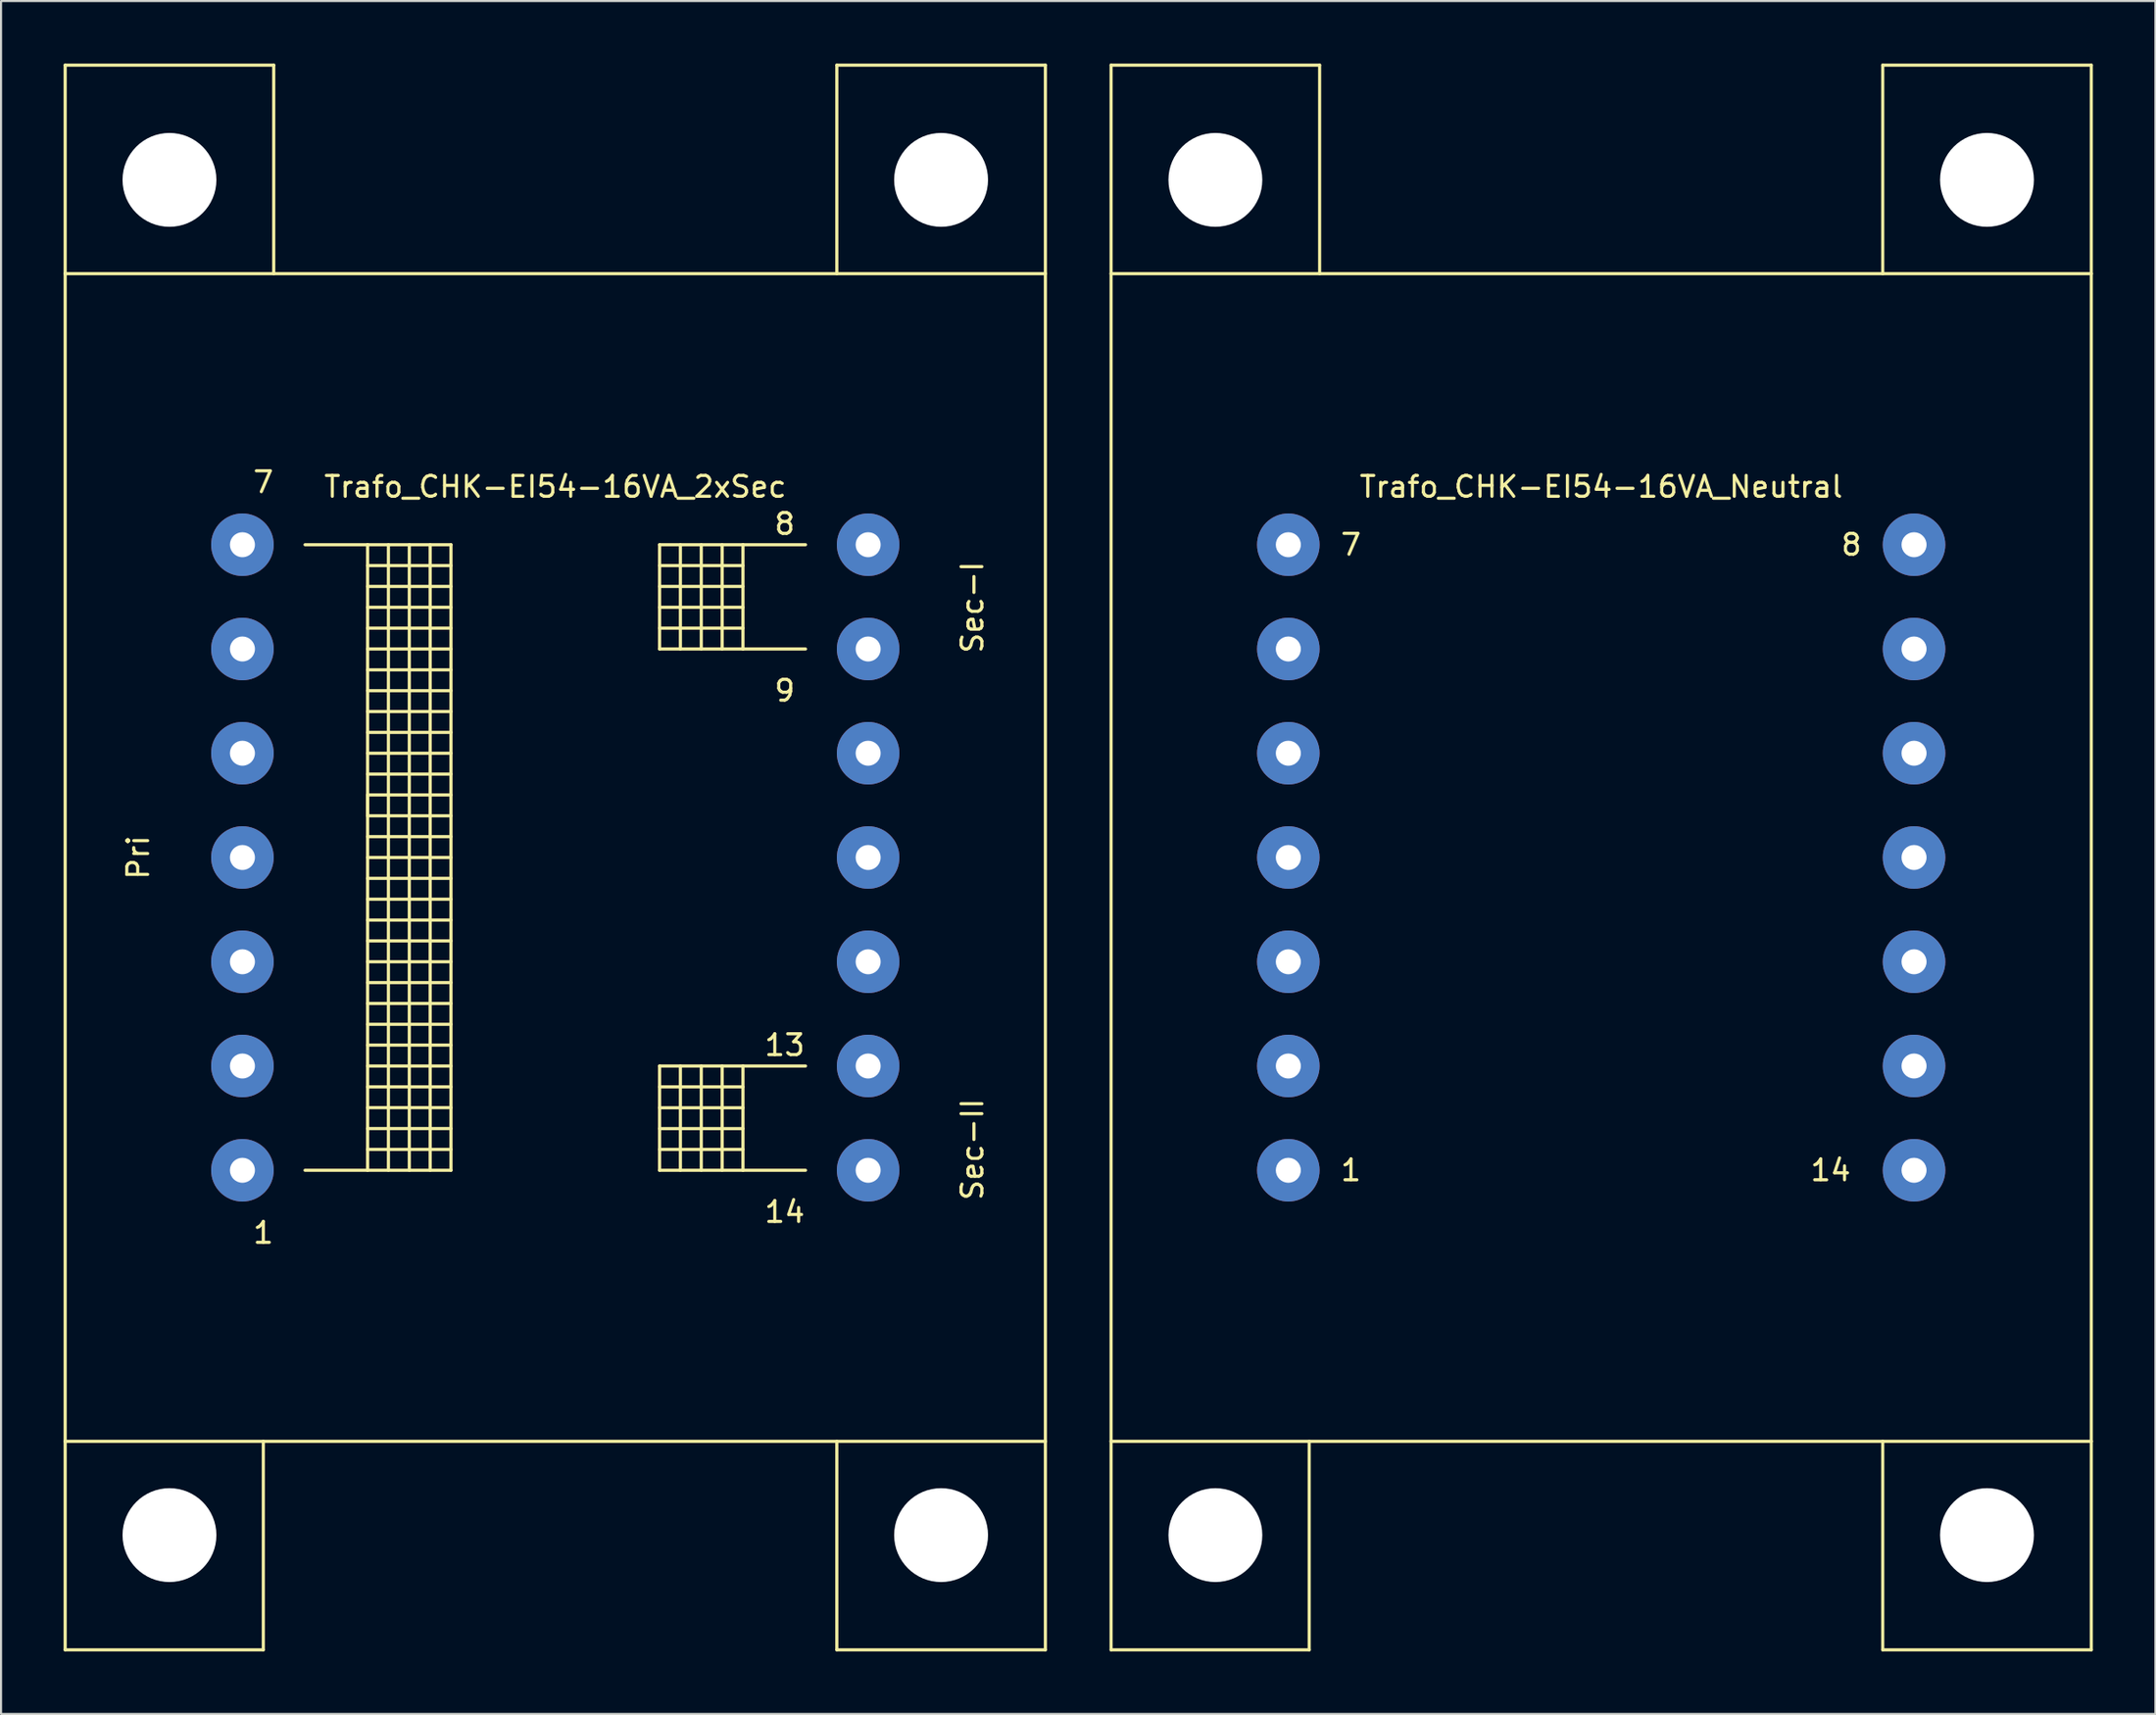
<source format=kicad_pcb>
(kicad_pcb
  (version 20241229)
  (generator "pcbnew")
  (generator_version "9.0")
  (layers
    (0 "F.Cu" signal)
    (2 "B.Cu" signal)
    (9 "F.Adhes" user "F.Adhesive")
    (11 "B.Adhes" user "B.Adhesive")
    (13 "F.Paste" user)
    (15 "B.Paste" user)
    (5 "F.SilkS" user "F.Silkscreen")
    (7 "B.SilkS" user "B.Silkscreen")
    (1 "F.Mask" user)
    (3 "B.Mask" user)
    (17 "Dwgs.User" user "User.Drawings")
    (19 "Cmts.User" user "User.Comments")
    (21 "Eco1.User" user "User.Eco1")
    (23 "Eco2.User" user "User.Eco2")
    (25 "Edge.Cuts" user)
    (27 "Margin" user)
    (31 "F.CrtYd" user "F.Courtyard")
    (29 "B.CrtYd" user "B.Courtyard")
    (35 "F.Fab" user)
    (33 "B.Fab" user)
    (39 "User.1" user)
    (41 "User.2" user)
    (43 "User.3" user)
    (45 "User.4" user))
  (footprint "Trafo_CHK-EI54-16VA_2xSec"
    (layer "F.Cu")
    (at 23.575 38.076)
    (property "Reference" "Trafo_CHK-EI54-16VA_2xSec" (at 0 -17.78 0) (layer "F.SilkS") (effects (font (size 1 1) (thickness 0.15))))
    (attr through_hole)
    (fp_line (start -23.5 -38.001) (end -13.5 -38.001) (stroke (width 0.15) (type solid)) (layer "F.SilkS"))
    (fp_line (start -23.5 -28.001) (end -23.5 -38.001) (stroke (width 0.15) (type solid)) (layer "F.SilkS"))
    (fp_line (start -23.5 -28.001) (end -23.5 28.001) (stroke (width 0.15) (type solid)) (layer "F.SilkS"))
    (fp_line (start -23.5 28.001) (end -23.5 38.001) (stroke (width 0.15) (type solid)) (layer "F.SilkS"))
    (fp_line (start -23.5 28.001) (end 23.5 28.001) (stroke (width 0.15) (type solid)) (layer "F.SilkS"))
    (fp_line (start -23.5 38.001) (end -14 38.001) (stroke (width 0.15) (type solid)) (layer "F.SilkS"))
    (fp_line (start -14 38.001) (end -14 28.001) (stroke (width 0.15) (type solid)) (layer "F.SilkS"))
    (fp_line (start -13.5 -38.001) (end -13.5 -28.001) (stroke (width 0.15) (type solid)) (layer "F.SilkS"))
    (fp_line (start -11.999 -15.001) (end -8.999 -15.001) (stroke (width 0.15) (type solid)) (layer "F.SilkS"))
    (fp_line (start -8.999 -15.001) (end -8.999 15.001) (stroke (width 0.15) (type solid)) (layer "F.SilkS"))
    (fp_line (start -8.999 -15.001) (end -5.001 -15.001) (stroke (width 0.15) (type solid)) (layer "F.SilkS"))
    (fp_line (start -8.999 -14) (end -5.001 -14) (stroke (width 0.15) (type solid)) (layer "F.SilkS"))
    (fp_line (start -8.999 -11.999) (end -5.001 -11.999) (stroke (width 0.15) (type solid)) (layer "F.SilkS"))
    (fp_line (start -8.999 -10) (end -5.001 -10) (stroke (width 0.15) (type solid)) (layer "F.SilkS"))
    (fp_line (start -8.999 -8.001) (end -5.001 -8.001) (stroke (width 0.15) (type solid)) (layer "F.SilkS"))
    (fp_line (start -8.999 -5.999) (end -5.001 -5.999) (stroke (width 0.15) (type solid)) (layer "F.SilkS"))
    (fp_line (start -8.999 -4) (end -5.001 -4) (stroke (width 0.15) (type solid)) (layer "F.SilkS"))
    (fp_line (start -8.999 -3) (end -8.999 -1.999) (stroke (width 0.15) (type solid)) (layer "F.SilkS"))
    (fp_line (start -8.999 -1.999) (end -5.001 -1.999) (stroke (width 0.15) (type solid)) (layer "F.SilkS"))
    (fp_line (start -8.999 0) (end -5.001 0) (stroke (width 0.15) (type solid)) (layer "F.SilkS"))
    (fp_line (start -8.999 1.999) (end -5.001 1.999) (stroke (width 0.15) (type solid)) (layer "F.SilkS"))
    (fp_line (start -8.999 4) (end -5.001 4) (stroke (width 0.15) (type solid)) (layer "F.SilkS"))
    (fp_line (start -8.999 5.999) (end -5.001 5.999) (stroke (width 0.15) (type solid)) (layer "F.SilkS"))
    (fp_line (start -8.999 8.001) (end -5.001 8.001) (stroke (width 0.15) (type solid)) (layer "F.SilkS"))
    (fp_line (start -8.999 10) (end -5.001 10) (stroke (width 0.15) (type solid)) (layer "F.SilkS"))
    (fp_line (start -8.999 11.999) (end -5.001 11.999) (stroke (width 0.15) (type solid)) (layer "F.SilkS"))
    (fp_line (start -8.999 14) (end -5.001 14) (stroke (width 0.15) (type solid)) (layer "F.SilkS"))
    (fp_line (start -8.999 15.001) (end -11.999 15.001) (stroke (width 0.15) (type solid)) (layer "F.SilkS"))
    (fp_line (start -8.001 15.001) (end -8.001 -15.001) (stroke (width 0.15) (type solid)) (layer "F.SilkS"))
    (fp_line (start -7 -15.001) (end -7 15.001) (stroke (width 0.15) (type solid)) (layer "F.SilkS"))
    (fp_line (start -5.999 15.001) (end -5.999 -15.001) (stroke (width 0.15) (type solid)) (layer "F.SilkS"))
    (fp_line (start -5.001 -15.001) (end -5.001 15.001) (stroke (width 0.15) (type solid)) (layer "F.SilkS"))
    (fp_line (start -5.001 -13) (end -8.999 -13) (stroke (width 0.15) (type solid)) (layer "F.SilkS"))
    (fp_line (start -5.001 -11.001) (end -8.999 -11.001) (stroke (width 0.15) (type solid)) (layer "F.SilkS"))
    (fp_line (start -5.001 -8.999) (end -8.999 -8.999) (stroke (width 0.15) (type solid)) (layer "F.SilkS"))
    (fp_line (start -5.001 -7) (end -8.999 -7) (stroke (width 0.15) (type solid)) (layer "F.SilkS"))
    (fp_line (start -5.001 -5.001) (end -8.999 -5.001) (stroke (width 0.15) (type solid)) (layer "F.SilkS"))
    (fp_line (start -5.001 -3) (end -8.999 -3) (stroke (width 0.15) (type solid)) (layer "F.SilkS"))
    (fp_line (start -5.001 -1.001) (end -8.999 -1.001) (stroke (width 0.15) (type solid)) (layer "F.SilkS"))
    (fp_line (start -5.001 1.001) (end -8.999 1.001) (stroke (width 0.15) (type solid)) (layer "F.SilkS"))
    (fp_line (start -5.001 3) (end -8.999 3) (stroke (width 0.15) (type solid)) (layer "F.SilkS"))
    (fp_line (start -5.001 5.001) (end -8.999 5.001) (stroke (width 0.15) (type solid)) (layer "F.SilkS"))
    (fp_line (start -5.001 7) (end -8.999 7) (stroke (width 0.15) (type solid)) (layer "F.SilkS"))
    (fp_line (start -5.001 8.999) (end -8.999 8.999) (stroke (width 0.15) (type solid)) (layer "F.SilkS"))
    (fp_line (start -5.001 11.001) (end -8.999 11.001) (stroke (width 0.15) (type solid)) (layer "F.SilkS"))
    (fp_line (start -5.001 13) (end -8.999 13) (stroke (width 0.15) (type solid)) (layer "F.SilkS"))
    (fp_line (start -5.001 15.001) (end -8.999 15.001) (stroke (width 0.15) (type solid)) (layer "F.SilkS"))
    (fp_line (start 5.001 -15.001) (end 5.001 -10) (stroke (width 0.15) (type solid)) (layer "F.SilkS"))
    (fp_line (start 5.001 -14) (end 8.999 -14) (stroke (width 0.15) (type solid)) (layer "F.SilkS"))
    (fp_line (start 5.001 -11.999) (end 8.999 -11.999) (stroke (width 0.15) (type solid)) (layer "F.SilkS"))
    (fp_line (start 5.001 -10) (end 8.999 -10) (stroke (width 0.15) (type solid)) (layer "F.SilkS"))
    (fp_line (start 5.001 10) (end 5.001 15.001) (stroke (width 0.15) (type solid)) (layer "F.SilkS"))
    (fp_line (start 5.001 11.001) (end 8.999 11.001) (stroke (width 0.15) (type solid)) (layer "F.SilkS"))
    (fp_line (start 5.001 13.002) (end 8.999 13.002) (stroke (width 0.15) (type solid)) (layer "F.SilkS"))
    (fp_line (start 5.001 15.001) (end 8.999 15.001) (stroke (width 0.15) (type solid)) (layer "F.SilkS"))
    (fp_line (start 5.999 -10) (end 5.999 -15.001) (stroke (width 0.15) (type solid)) (layer "F.SilkS"))
    (fp_line (start 5.999 15.001) (end 5.999 10) (stroke (width 0.15) (type solid)) (layer "F.SilkS"))
    (fp_line (start 7 -15.001) (end 7 -10) (stroke (width 0.15) (type solid)) (layer "F.SilkS"))
    (fp_line (start 7 10) (end 7 15.001) (stroke (width 0.15) (type solid)) (layer "F.SilkS"))
    (fp_line (start 8.001 -10) (end 8.001 -15.001) (stroke (width 0.15) (type solid)) (layer "F.SilkS"))
    (fp_line (start 8.001 15.001) (end 8.001 10) (stroke (width 0.15) (type solid)) (layer "F.SilkS"))
    (fp_line (start 8.999 -15.001) (end 5.001 -15.001) (stroke (width 0.15) (type solid)) (layer "F.SilkS"))
    (fp_line (start 8.999 -15.001) (end 8.999 -10) (stroke (width 0.15) (type solid)) (layer "F.SilkS"))
    (fp_line (start 8.999 -13) (end 5.001 -13) (stroke (width 0.15) (type solid)) (layer "F.SilkS"))
    (fp_line (start 8.999 -11.001) (end 5.001 -11.001) (stroke (width 0.15) (type solid)) (layer "F.SilkS"))
    (fp_line (start 8.999 -10) (end 11.999 -10) (stroke (width 0.15) (type solid)) (layer "F.SilkS"))
    (fp_line (start 8.999 10) (end 5.001 10) (stroke (width 0.15) (type solid)) (layer "F.SilkS"))
    (fp_line (start 8.999 10) (end 8.999 15.001) (stroke (width 0.15) (type solid)) (layer "F.SilkS"))
    (fp_line (start 8.999 12.002) (end 5.001 12.002) (stroke (width 0.15) (type solid)) (layer "F.SilkS"))
    (fp_line (start 8.999 14) (end 5.001 14) (stroke (width 0.15) (type solid)) (layer "F.SilkS"))
    (fp_line (start 8.999 15.001) (end 11.999 15.001) (stroke (width 0.15) (type solid)) (layer "F.SilkS"))
    (fp_line (start 11.999 -15.001) (end 8.999 -15.001) (stroke (width 0.15) (type solid)) (layer "F.SilkS"))
    (fp_line (start 11.999 10) (end 8.999 10) (stroke (width 0.15) (type solid)) (layer "F.SilkS"))
    (fp_line (start 13.5 -38.001) (end 13.5 -28.001) (stroke (width 0.15) (type solid)) (layer "F.SilkS"))
    (fp_line (start 13.5 38.001) (end 13.5 28.001) (stroke (width 0.15) (type solid)) (layer "F.SilkS"))
    (fp_line (start 23.5 -38.001) (end 13.5 -38.001) (stroke (width 0.15) (type solid)) (layer "F.SilkS"))
    (fp_line (start 23.5 -28.001) (end -23.5 -28.001) (stroke (width 0.15) (type solid)) (layer "F.SilkS"))
    (fp_line (start 23.5 -28.001) (end 23.5 -38.001) (stroke (width 0.15) (type solid)) (layer "F.SilkS"))
    (fp_line (start 23.5 28.001) (end 23.5 -28.001) (stroke (width 0.15) (type solid)) (layer "F.SilkS"))
    (fp_line (start 23.5 28.001) (end 23.5 38.001) (stroke (width 0.15) (type solid)) (layer "F.SilkS"))
    (fp_line (start 23.5 38.001) (end 13.5 38.001) (stroke (width 0.15) (type solid)) (layer "F.SilkS"))
    (fp_text user "9" (at 11.001 -8.001 0) (layer "F.SilkS") (effects (font (size 1 1) (thickness 0.15))))
    (fp_text user "Sec-II" (at 20 14 90) (layer "F.SilkS") (effects (font (size 1 1) (thickness 0.15))))
    (fp_text user "14" (at 11.001 17 0) (layer "F.SilkS") (effects (font (size 1 1) (thickness 0.15))))
    (fp_text user "13" (at 11.001 8.999 0) (layer "F.SilkS") (effects (font (size 1 1) (thickness 0.15))))
    (fp_text user "7" (at -14 -18.001 0) (layer "F.SilkS") (effects (font (size 1 1) (thickness 0.15))))
    (fp_text user "8" (at 11.001 -15.999 0) (layer "F.SilkS") (effects (font (size 1 1) (thickness 0.15))))
    (fp_text user "Pri" (at -20 0 90) (layer "F.SilkS") (effects (font (size 1 1) (thickness 0.15))))
    (fp_text user "1" (at -14 18.001 0) (layer "F.SilkS") (effects (font (size 1 1) (thickness 0.15))))
    (fp_text user "Sec-I" (at 20 -11.999 90) (layer "F.SilkS") (effects (font (size 1 1) (thickness 0.15))))
    (pad "" np_thru_hole circle (at -18.499 -32.499) (size 4.501 4.501) (drill 4.501) (layers "*.Cu" "*.Mask"))
    (pad "" np_thru_hole circle (at -18.499 32.499) (size 4.501 4.501) (drill 4.501) (layers "*.Cu" "*.Mask"))
    (pad "" np_thru_hole circle (at 18.499 -32.499) (size 4.501 4.501) (drill 4.501) (layers "*.Cu" "*.Mask"))
    (pad "" np_thru_hole circle (at 18.499 32.499) (size 4.501 4.501) (drill 4.501) (layers "*.Cu" "*.Mask"))
    (pad "1" thru_hole circle (at -15.001 15.001) (size 3 3) (drill 1.199) (layers "*.Cu" "*.Mask"))
    (pad "2" thru_hole circle (at -15.001 10) (size 3 3) (drill 1.199) (layers "*.Cu" "*.Mask"))
    (pad "3" thru_hole circle (at -15.001 5.001) (size 3 3) (drill 1.199) (layers "*.Cu" "*.Mask"))
    (pad "4" thru_hole circle (at -15.001 0) (size 3 3) (drill 1.199) (layers "*.Cu" "*.Mask"))
    (pad "5" thru_hole circle (at -15.001 -5.001) (size 3 3) (drill 1.199) (layers "*.Cu" "*.Mask"))
    (pad "6" thru_hole circle (at -15.001 -10) (size 3 3) (drill 1.199) (layers "*.Cu" "*.Mask"))
    (pad "7" thru_hole circle (at -15.001 -15.001) (size 3 3) (drill 1.199) (layers "*.Cu" "*.Mask"))
    (pad "8" thru_hole circle (at 15.001 -15.001) (size 3 3) (drill 1.199) (layers "*.Cu" "*.Mask"))
    (pad "9" thru_hole circle (at 15.001 -10) (size 3 3) (drill 1.199) (layers "*.Cu" "*.Mask"))
    (pad "10" thru_hole circle (at 15.001 -5.001) (size 3 3) (drill 1.199) (layers "*.Cu" "*.Mask"))
    (pad "11" thru_hole circle (at 15.001 0) (size 3 3) (drill 1.199) (layers "*.Cu" "*.Mask"))
    (pad "12" thru_hole circle (at 15.001 5.001) (size 3 3) (drill 1.199) (layers "*.Cu" "*.Mask"))
    (pad "13" thru_hole circle (at 15.001 10) (size 3 3) (drill 1.199) (layers "*.Cu" "*.Mask"))
    (pad "14" thru_hole circle (at 15.001 15.001) (size 3 3) (drill 1.199) (layers "*.Cu" "*.Mask")))
  (footprint "Trafo_CHK-EI54-16VA_Neutral"
    (layer "F.Cu")
    (at 73.725 38.076)
    (property "Reference" "Trafo_CHK-EI54-16VA_Neutral" (at 0 -17.78 0) (layer "F.SilkS") (effects (font (size 1 1) (thickness 0.15))))
    (attr through_hole)
    (fp_line (start -23.5 -38.001) (end -13.5 -38.001) (stroke (width 0.15) (type solid)) (layer "F.SilkS"))
    (fp_line (start -23.5 -28.001) (end -23.5 -38.001) (stroke (width 0.15) (type solid)) (layer "F.SilkS"))
    (fp_line (start -23.5 -28.001) (end -23.5 28.001) (stroke (width 0.15) (type solid)) (layer "F.SilkS"))
    (fp_line (start -23.5 28.001) (end -23.5 38.001) (stroke (width 0.15) (type solid)) (layer "F.SilkS"))
    (fp_line (start -23.5 28.001) (end 23.5 28.001) (stroke (width 0.15) (type solid)) (layer "F.SilkS"))
    (fp_line (start -23.5 38.001) (end -14 38.001) (stroke (width 0.15) (type solid)) (layer "F.SilkS"))
    (fp_line (start -14 38.001) (end -14 28.001) (stroke (width 0.15) (type solid)) (layer "F.SilkS"))
    (fp_line (start -13.5 -38.001) (end -13.5 -28.001) (stroke (width 0.15) (type solid)) (layer "F.SilkS"))
    (fp_line (start 13.5 -38.001) (end 13.5 -28.001) (stroke (width 0.15) (type solid)) (layer "F.SilkS"))
    (fp_line (start 13.5 38.001) (end 13.5 28.001) (stroke (width 0.15) (type solid)) (layer "F.SilkS"))
    (fp_line (start 23.5 -38.001) (end 13.5 -38.001) (stroke (width 0.15) (type solid)) (layer "F.SilkS"))
    (fp_line (start 23.5 -28.001) (end -23.5 -28.001) (stroke (width 0.15) (type solid)) (layer "F.SilkS"))
    (fp_line (start 23.5 -28.001) (end 23.5 -38.001) (stroke (width 0.15) (type solid)) (layer "F.SilkS"))
    (fp_line (start 23.5 28.001) (end 23.5 -28.001) (stroke (width 0.15) (type solid)) (layer "F.SilkS"))
    (fp_line (start 23.5 28.001) (end 23.5 38.001) (stroke (width 0.15) (type solid)) (layer "F.SilkS"))
    (fp_line (start 23.5 38.001) (end 13.5 38.001) (stroke (width 0.15) (type solid)) (layer "F.SilkS"))
    (fp_text user "8" (at 11.999 -15.001 0) (layer "F.SilkS") (effects (font (size 1 1) (thickness 0.15))))
    (fp_text user "14" (at 11.001 15.001 0) (layer "F.SilkS") (effects (font (size 1 1) (thickness 0.15))))
    (fp_text user "1" (at -11.999 15.001 0) (layer "F.SilkS") (effects (font (size 1 1) (thickness 0.15))))
    (fp_text user "7" (at -11.999 -15.001 0) (layer "F.SilkS") (effects (font (size 1 1) (thickness 0.15))))
    (pad "" np_thru_hole circle (at -18.499 -32.499) (size 4.501 4.501) (drill 4.501) (layers "*.Cu" "*.Mask"))
    (pad "" np_thru_hole circle (at -18.499 32.499) (size 4.501 4.501) (drill 4.501) (layers "*.Cu" "*.Mask"))
    (pad "" np_thru_hole circle (at 18.499 -32.499) (size 4.501 4.501) (drill 4.501) (layers "*.Cu" "*.Mask"))
    (pad "" np_thru_hole circle (at 18.499 32.499) (size 4.501 4.501) (drill 4.501) (layers "*.Cu" "*.Mask"))
    (pad "1" thru_hole circle (at -15.001 15.001) (size 3 3) (drill 1.199) (layers "*.Cu" "*.Mask"))
    (pad "2" thru_hole circle (at -15.001 10) (size 3 3) (drill 1.199) (layers "*.Cu" "*.Mask"))
    (pad "3" thru_hole circle (at -15.001 5.001) (size 3 3) (drill 1.199) (layers "*.Cu" "*.Mask"))
    (pad "4" thru_hole circle (at -15.001 0) (size 3 3) (drill 1.199) (layers "*.Cu" "*.Mask"))
    (pad "5" thru_hole circle (at -15.001 -5.001) (size 3 3) (drill 1.199) (layers "*.Cu" "*.Mask"))
    (pad "6" thru_hole circle (at -15.001 -10) (size 3 3) (drill 1.199) (layers "*.Cu" "*.Mask"))
    (pad "7" thru_hole circle (at -15.001 -15.001) (size 3 3) (drill 1.199) (layers "*.Cu" "*.Mask"))
    (pad "8" thru_hole circle (at 15.001 -15.001) (size 3 3) (drill 1.199) (layers "*.Cu" "*.Mask"))
    (pad "9" thru_hole circle (at 15.001 -10) (size 3 3) (drill 1.199) (layers "*.Cu" "*.Mask"))
    (pad "10" thru_hole circle (at 15.001 -5.001) (size 3 3) (drill 1.199) (layers "*.Cu" "*.Mask"))
    (pad "11" thru_hole circle (at 15.001 0) (size 3 3) (drill 1.199) (layers "*.Cu" "*.Mask"))
    (pad "12" thru_hole circle (at 15.001 5.001) (size 3 3) (drill 1.199) (layers "*.Cu" "*.Mask"))
    (pad "13" thru_hole circle (at 15.001 10) (size 3 3) (drill 1.199) (layers "*.Cu" "*.Mask"))
    (pad "14" thru_hole circle (at 15.001 15.001) (size 3 3) (drill 1.199) (layers "*.Cu" "*.Mask")))
  (gr_rect
    (start -3 -3)
    (end 100.3 79.152)
    (stroke (width 0.1) (type default))
    (fill no)
    (layer "Edge.Cuts")))
</source>
